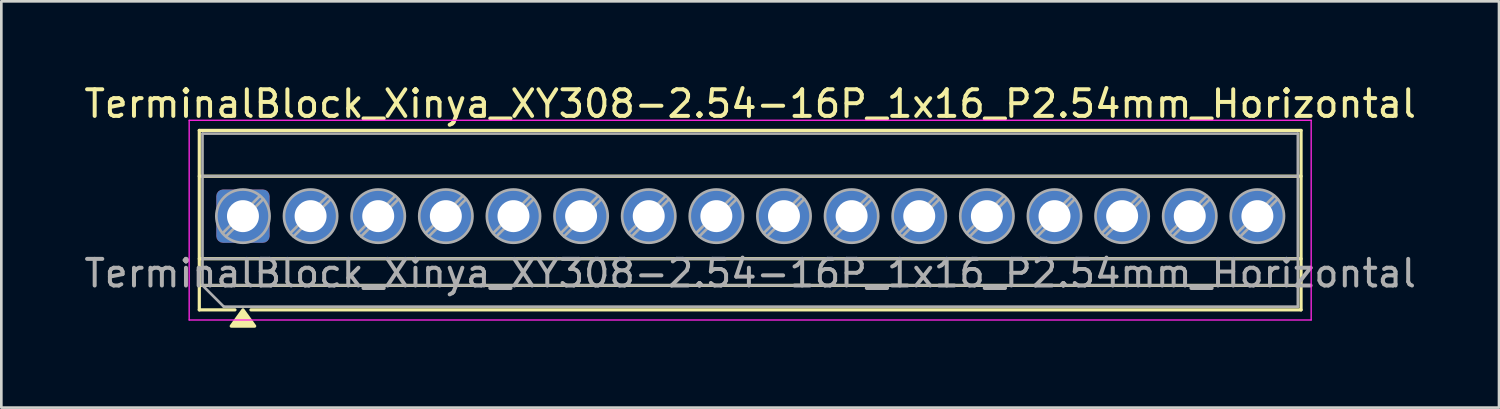
<source format=kicad_pcb>
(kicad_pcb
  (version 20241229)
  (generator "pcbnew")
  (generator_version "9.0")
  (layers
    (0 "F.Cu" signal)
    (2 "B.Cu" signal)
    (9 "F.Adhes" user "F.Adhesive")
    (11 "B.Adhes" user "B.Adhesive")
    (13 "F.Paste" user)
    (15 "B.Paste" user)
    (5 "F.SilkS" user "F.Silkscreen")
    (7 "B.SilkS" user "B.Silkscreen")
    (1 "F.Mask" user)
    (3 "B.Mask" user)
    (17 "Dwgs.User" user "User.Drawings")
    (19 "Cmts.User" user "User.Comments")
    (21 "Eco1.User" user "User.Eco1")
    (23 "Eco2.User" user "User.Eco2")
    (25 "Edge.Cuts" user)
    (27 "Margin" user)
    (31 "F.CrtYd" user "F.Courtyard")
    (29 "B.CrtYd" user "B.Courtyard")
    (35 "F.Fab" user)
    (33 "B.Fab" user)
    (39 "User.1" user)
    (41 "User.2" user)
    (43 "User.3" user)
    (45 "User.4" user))
  (footprint "TerminalBlock_Xinya_XY308-2.54-16P_1x16_P2.54mm_Horizontal"
    (layer "F.Cu")
    (at 6.075 5.068)
    (property "Reference" "TerminalBlock_Xinya_XY308-2.54-16P_1x16_P2.54mm_Horizontal" (at 19.05 -4.22 0) (layer "F.SilkS") (effects (font (size 1 1) (thickness 0.15))))
    (attr through_hole)
    (fp_line (start -1.64 -3.22) (end 39.74 -3.22) (stroke (width 0.12) (type solid)) (layer "F.SilkS"))
    (fp_line (start -1.64 -1.5) (end 39.74 -1.5) (stroke (width 0.12) (type solid)) (layer "F.SilkS"))
    (fp_line (start -1.64 1.6) (end 39.74 1.6) (stroke (width 0.12) (type solid)) (layer "F.SilkS"))
    (fp_line (start -1.64 2.6) (end 39.74 2.6) (stroke (width 0.12) (type solid)) (layer "F.SilkS"))
    (fp_line (start -1.64 3.52) (end -1.64 -3.22) (stroke (width 0.12) (type solid)) (layer "F.SilkS"))
    (fp_line (start -0.3 3.52) (end -1.64 3.52) (stroke (width 0.12) (type solid)) (layer "F.SilkS"))
    (fp_line (start 39.74 -3.22) (end 39.74 3.52) (stroke (width 0.12) (type solid)) (layer "F.SilkS"))
    (fp_line (start 39.74 3.52) (end 0.3 3.52) (stroke (width 0.12) (type solid)) (layer "F.SilkS"))
    (fp_poly (pts (xy 0 3.52) (xy 0.44 4.13) (xy -0.44 4.13)) (stroke (width 0.12) (type solid)) (fill yes) (layer "F.SilkS"))
    (fp_line (start -2.02 -3.6) (end -2.02 3.9) (stroke (width 0.05) (type solid)) (layer "F.CrtYd"))
    (fp_line (start -2.02 3.9) (end 40.12 3.9) (stroke (width 0.05) (type solid)) (layer "F.CrtYd"))
    (fp_line (start 40.12 -3.6) (end -2.02 -3.6) (stroke (width 0.05) (type solid)) (layer "F.CrtYd"))
    (fp_line (start 40.12 3.9) (end 40.12 -3.6) (stroke (width 0.05) (type solid)) (layer "F.CrtYd"))
    (fp_line (start -1.52 -3.1) (end 39.62 -3.1) (stroke (width 0.1) (type solid)) (layer "F.Fab"))
    (fp_line (start -1.52 -1.5) (end 39.62 -1.5) (stroke (width 0.1) (type solid)) (layer "F.Fab"))
    (fp_line (start -1.52 1.6) (end 39.62 1.6) (stroke (width 0.1) (type solid)) (layer "F.Fab"))
    (fp_line (start -1.52 2.6) (end -1.52 -3.1) (stroke (width 0.1) (type solid)) (layer "F.Fab"))
    (fp_line (start -1.52 2.6) (end 39.62 2.6) (stroke (width 0.1) (type solid)) (layer "F.Fab"))
    (fp_line (start -0.72 3.4) (end -1.52 2.6) (stroke (width 0.1) (type solid)) (layer "F.Fab"))
    (fp_line (start 0.636 -0.758) (end -0.758 0.636) (stroke (width 0.1) (type solid)) (layer "F.Fab"))
    (fp_line (start 0.758 -0.636) (end -0.636 0.758) (stroke (width 0.1) (type solid)) (layer "F.Fab"))
    (fp_line (start 3.176 -0.758) (end 1.782 0.636) (stroke (width 0.1) (type solid)) (layer "F.Fab"))
    (fp_line (start 3.298 -0.636) (end 1.904 0.758) (stroke (width 0.1) (type solid)) (layer "F.Fab"))
    (fp_line (start 5.716 -0.758) (end 4.322 0.636) (stroke (width 0.1) (type solid)) (layer "F.Fab"))
    (fp_line (start 5.838 -0.636) (end 4.444 0.758) (stroke (width 0.1) (type solid)) (layer "F.Fab"))
    (fp_line (start 8.256 -0.758) (end 6.862 0.636) (stroke (width 0.1) (type solid)) (layer "F.Fab"))
    (fp_line (start 8.378 -0.636) (end 6.984 0.758) (stroke (width 0.1) (type solid)) (layer "F.Fab"))
    (fp_line (start 10.796 -0.758) (end 9.402 0.636) (stroke (width 0.1) (type solid)) (layer "F.Fab"))
    (fp_line (start 10.918 -0.636) (end 9.524 0.758) (stroke (width 0.1) (type solid)) (layer "F.Fab"))
    (fp_line (start 13.336 -0.758) (end 11.942 0.636) (stroke (width 0.1) (type solid)) (layer "F.Fab"))
    (fp_line (start 13.458 -0.636) (end 12.064 0.758) (stroke (width 0.1) (type solid)) (layer "F.Fab"))
    (fp_line (start 15.876 -0.758) (end 14.482 0.636) (stroke (width 0.1) (type solid)) (layer "F.Fab"))
    (fp_line (start 15.998 -0.636) (end 14.604 0.758) (stroke (width 0.1) (type solid)) (layer "F.Fab"))
    (fp_line (start 18.416 -0.758) (end 17.022 0.636) (stroke (width 0.1) (type solid)) (layer "F.Fab"))
    (fp_line (start 18.538 -0.636) (end 17.144 0.758) (stroke (width 0.1) (type solid)) (layer "F.Fab"))
    (fp_line (start 20.956 -0.758) (end 19.562 0.636) (stroke (width 0.1) (type solid)) (layer "F.Fab"))
    (fp_line (start 21.078 -0.636) (end 19.684 0.758) (stroke (width 0.1) (type solid)) (layer "F.Fab"))
    (fp_line (start 23.496 -0.758) (end 22.102 0.636) (stroke (width 0.1) (type solid)) (layer "F.Fab"))
    (fp_line (start 23.618 -0.636) (end 22.224 0.758) (stroke (width 0.1) (type solid)) (layer "F.Fab"))
    (fp_line (start 26.036 -0.758) (end 24.642 0.636) (stroke (width 0.1) (type solid)) (layer "F.Fab"))
    (fp_line (start 26.158 -0.636) (end 24.764 0.758) (stroke (width 0.1) (type solid)) (layer "F.Fab"))
    (fp_line (start 28.576 -0.758) (end 27.182 0.636) (stroke (width 0.1) (type solid)) (layer "F.Fab"))
    (fp_line (start 28.698 -0.636) (end 27.304 0.758) (stroke (width 0.1) (type solid)) (layer "F.Fab"))
    (fp_line (start 31.116 -0.758) (end 29.722 0.636) (stroke (width 0.1) (type solid)) (layer "F.Fab"))
    (fp_line (start 31.238 -0.636) (end 29.844 0.758) (stroke (width 0.1) (type solid)) (layer "F.Fab"))
    (fp_line (start 33.656 -0.758) (end 32.262 0.636) (stroke (width 0.1) (type solid)) (layer "F.Fab"))
    (fp_line (start 33.778 -0.636) (end 32.384 0.758) (stroke (width 0.1) (type solid)) (layer "F.Fab"))
    (fp_line (start 36.196 -0.758) (end 34.802 0.636) (stroke (width 0.1) (type solid)) (layer "F.Fab"))
    (fp_line (start 36.318 -0.636) (end 34.924 0.758) (stroke (width 0.1) (type solid)) (layer "F.Fab"))
    (fp_line (start 38.736 -0.758) (end 37.342 0.636) (stroke (width 0.1) (type solid)) (layer "F.Fab"))
    (fp_line (start 38.858 -0.636) (end 37.464 0.758) (stroke (width 0.1) (type solid)) (layer "F.Fab"))
    (fp_line (start 39.62 -3.1) (end 39.62 3.4) (stroke (width 0.1) (type solid)) (layer "F.Fab"))
    (fp_line (start 39.62 3.4) (end -0.72 3.4) (stroke (width 0.1) (type solid)) (layer "F.Fab"))
    (fp_circle (center 0 0) (end 1 0) (stroke (width 0.1) (type solid)) (fill no) (layer "F.Fab"))
    (fp_circle (center 2.54 0) (end 3.54 0) (stroke (width 0.1) (type solid)) (fill no) (layer "F.Fab"))
    (fp_circle (center 5.08 0) (end 6.08 0) (stroke (width 0.1) (type solid)) (fill no) (layer "F.Fab"))
    (fp_circle (center 7.62 0) (end 8.62 0) (stroke (width 0.1) (type solid)) (fill no) (layer "F.Fab"))
    (fp_circle (center 10.16 0) (end 11.16 0) (stroke (width 0.1) (type solid)) (fill no) (layer "F.Fab"))
    (fp_circle (center 12.7 0) (end 13.7 0) (stroke (width 0.1) (type solid)) (fill no) (layer "F.Fab"))
    (fp_circle (center 15.24 0) (end 16.24 0) (stroke (width 0.1) (type solid)) (fill no) (layer "F.Fab"))
    (fp_circle (center 17.78 0) (end 18.78 0) (stroke (width 0.1) (type solid)) (fill no) (layer "F.Fab"))
    (fp_circle (center 20.32 0) (end 21.32 0) (stroke (width 0.1) (type solid)) (fill no) (layer "F.Fab"))
    (fp_circle (center 22.86 0) (end 23.86 0) (stroke (width 0.1) (type solid)) (fill no) (layer "F.Fab"))
    (fp_circle (center 25.4 0) (end 26.4 0) (stroke (width 0.1) (type solid)) (fill no) (layer "F.Fab"))
    (fp_circle (center 27.94 0) (end 28.94 0) (stroke (width 0.1) (type solid)) (fill no) (layer "F.Fab"))
    (fp_circle (center 30.48 0) (end 31.48 0) (stroke (width 0.1) (type solid)) (fill no) (layer "F.Fab"))
    (fp_circle (center 33.02 0) (end 34.02 0) (stroke (width 0.1) (type solid)) (fill no) (layer "F.Fab"))
    (fp_circle (center 35.56 0) (end 36.56 0) (stroke (width 0.1) (type solid)) (fill no) (layer "F.Fab"))
    (fp_circle (center 38.1 0) (end 39.1 0) (stroke (width 0.1) (type solid)) (fill no) (layer "F.Fab"))
    (fp_text user "${REFERENCE}" (at 19.05 2.15 0) (layer "F.Fab") (effects (font (size 1 1) (thickness 0.15))))
    (pad "1" thru_hole roundrect (at 0 0) (size 2 2) (drill 1.2) (layers "*.Cu" "*.Mask") (roundrect_rratio 0.125))
    (pad "2" thru_hole circle (at 2.54 0) (size 2 2) (drill 1.2) (layers "*.Cu" "*.Mask"))
    (pad "3" thru_hole circle (at 5.08 0) (size 2 2) (drill 1.2) (layers "*.Cu" "*.Mask"))
    (pad "4" thru_hole circle (at 7.62 0) (size 2 2) (drill 1.2) (layers "*.Cu" "*.Mask"))
    (pad "5" thru_hole circle (at 10.16 0) (size 2 2) (drill 1.2) (layers "*.Cu" "*.Mask"))
    (pad "6" thru_hole circle (at 12.7 0) (size 2 2) (drill 1.2) (layers "*.Cu" "*.Mask"))
    (pad "7" thru_hole circle (at 15.24 0) (size 2 2) (drill 1.2) (layers "*.Cu" "*.Mask"))
    (pad "8" thru_hole circle (at 17.78 0) (size 2 2) (drill 1.2) (layers "*.Cu" "*.Mask"))
    (pad "9" thru_hole circle (at 20.32 0) (size 2 2) (drill 1.2) (layers "*.Cu" "*.Mask"))
    (pad "10" thru_hole circle (at 22.86 0) (size 2 2) (drill 1.2) (layers "*.Cu" "*.Mask"))
    (pad "11" thru_hole circle (at 25.4 0) (size 2 2) (drill 1.2) (layers "*.Cu" "*.Mask"))
    (pad "12" thru_hole circle (at 27.94 0) (size 2 2) (drill 1.2) (layers "*.Cu" "*.Mask"))
    (pad "13" thru_hole circle (at 30.48 0) (size 2 2) (drill 1.2) (layers "*.Cu" "*.Mask"))
    (pad "14" thru_hole circle (at 33.02 0) (size 2 2) (drill 1.2) (layers "*.Cu" "*.Mask"))
    (pad "15" thru_hole circle (at 35.56 0) (size 2 2) (drill 1.2) (layers "*.Cu" "*.Mask"))
    (pad "16" thru_hole circle (at 38.1 0) (size 2 2) (drill 1.2) (layers "*.Cu" "*.Mask")))
  (gr_rect
    (start -3 -3)
    (end 53.25 12.258)
    (stroke (width 0.1) (type default))
    (fill no)
    (layer "Edge.Cuts")))
</source>
